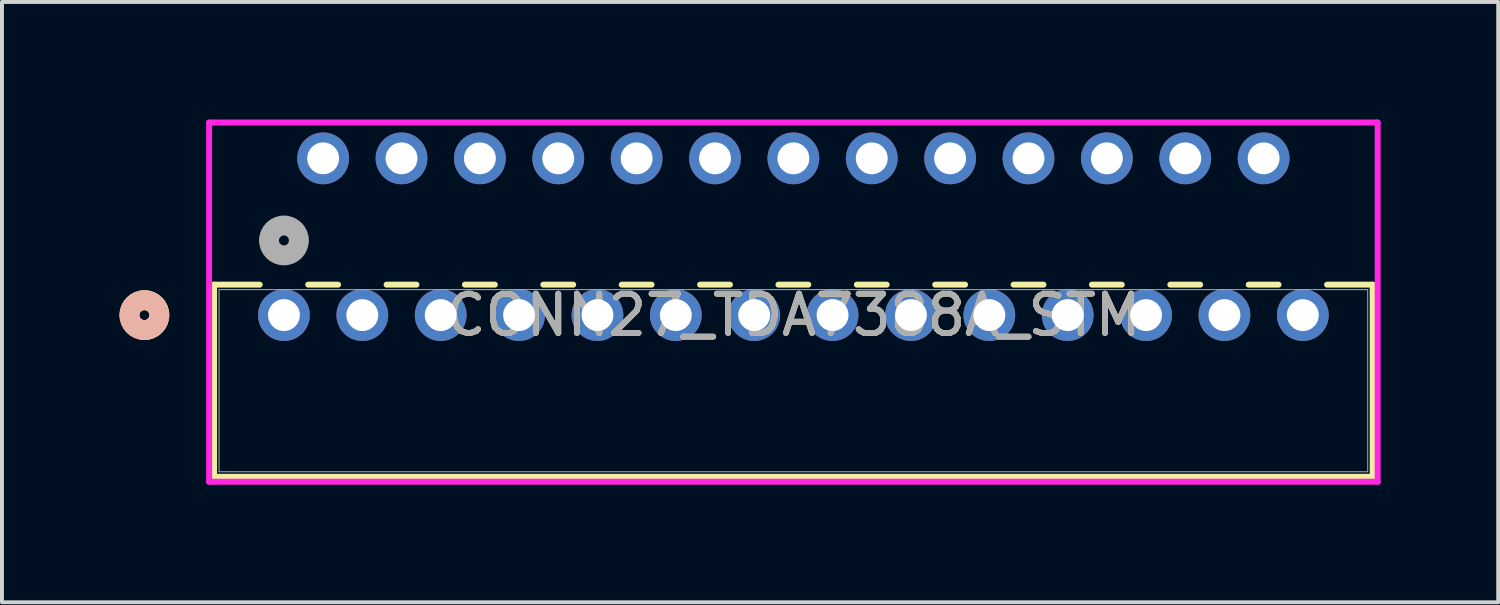
<source format=kicad_pcb>
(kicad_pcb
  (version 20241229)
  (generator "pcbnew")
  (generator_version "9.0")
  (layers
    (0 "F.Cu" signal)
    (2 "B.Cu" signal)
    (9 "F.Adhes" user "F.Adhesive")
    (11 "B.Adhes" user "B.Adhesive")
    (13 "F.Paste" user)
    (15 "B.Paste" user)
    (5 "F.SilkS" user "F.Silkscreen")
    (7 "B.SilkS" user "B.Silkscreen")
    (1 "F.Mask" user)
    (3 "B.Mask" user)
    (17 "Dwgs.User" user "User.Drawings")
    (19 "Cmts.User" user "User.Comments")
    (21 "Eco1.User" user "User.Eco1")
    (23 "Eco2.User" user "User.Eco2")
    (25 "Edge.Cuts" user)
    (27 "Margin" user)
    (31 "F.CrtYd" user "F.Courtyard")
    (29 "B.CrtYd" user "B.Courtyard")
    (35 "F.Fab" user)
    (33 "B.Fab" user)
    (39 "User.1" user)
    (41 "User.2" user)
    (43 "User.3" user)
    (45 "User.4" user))
  (footprint "CONN27_TDA7388A_STM"
    (layer "F.Cu")
    (at 4.196 4.991)
    (property "Reference" "CONN27_TDA7388A_STM" (at 13 0 0) (unlocked yes) (layer "F.SilkS") (effects (font (size 1 1) (thickness 0.15))))
    (attr through_hole)
    (fp_line (start -1.783 -0.777) (end -1.783 4.125) (stroke (width 0.152) (type solid)) (layer "F.SilkS"))
    (fp_line (start -1.783 4.125) (end 27.783 4.125) (stroke (width 0.152) (type solid)) (layer "F.SilkS"))
    (fp_line (start -0.619 -0.777) (end -1.783 -0.777) (stroke (width 0.152) (type solid)) (layer "F.SilkS"))
    (fp_line (start 1.381 -0.777) (end 0.619 -0.777) (stroke (width 0.152) (type solid)) (layer "F.SilkS"))
    (fp_line (start 3.381 -0.777) (end 2.619 -0.777) (stroke (width 0.152) (type solid)) (layer "F.SilkS"))
    (fp_line (start 5.381 -0.777) (end 4.619 -0.777) (stroke (width 0.152) (type solid)) (layer "F.SilkS"))
    (fp_line (start 7.381 -0.777) (end 6.619 -0.777) (stroke (width 0.152) (type solid)) (layer "F.SilkS"))
    (fp_line (start 9.381 -0.777) (end 8.619 -0.777) (stroke (width 0.152) (type solid)) (layer "F.SilkS"))
    (fp_line (start 11.381 -0.777) (end 10.619 -0.777) (stroke (width 0.152) (type solid)) (layer "F.SilkS"))
    (fp_line (start 13.381 -0.777) (end 12.619 -0.777) (stroke (width 0.152) (type solid)) (layer "F.SilkS"))
    (fp_line (start 15.381 -0.777) (end 14.619 -0.777) (stroke (width 0.152) (type solid)) (layer "F.SilkS"))
    (fp_line (start 17.381 -0.777) (end 16.619 -0.777) (stroke (width 0.152) (type solid)) (layer "F.SilkS"))
    (fp_line (start 19.381 -0.777) (end 18.619 -0.777) (stroke (width 0.152) (type solid)) (layer "F.SilkS"))
    (fp_line (start 21.381 -0.777) (end 20.619 -0.777) (stroke (width 0.152) (type solid)) (layer "F.SilkS"))
    (fp_line (start 23.381 -0.777) (end 22.619 -0.777) (stroke (width 0.152) (type solid)) (layer "F.SilkS"))
    (fp_line (start 25.381 -0.777) (end 24.619 -0.777) (stroke (width 0.152) (type solid)) (layer "F.SilkS"))
    (fp_line (start 27.783 -0.777) (end 26.619 -0.777) (stroke (width 0.152) (type solid)) (layer "F.SilkS"))
    (fp_line (start 27.783 4.125) (end 27.783 -0.777) (stroke (width 0.152) (type solid)) (layer "F.SilkS"))
    (fp_circle (center -3.561 0) (end -3.18 0) (stroke (width 0.508) (type solid)) (fill no) (layer "F.SilkS"))
    (fp_circle (center -3.561 0) (end -3.18 0) (stroke (width 0.508) (type solid)) (fill no) (layer "B.SilkS"))
    (fp_line (start -1.91 -4.914) (end -1.91 4.252) (stroke (width 0.152) (type solid)) (layer "F.CrtYd"))
    (fp_line (start -1.91 4.252) (end 27.91 4.252) (stroke (width 0.152) (type solid)) (layer "F.CrtYd"))
    (fp_line (start 27.91 -4.914) (end -1.91 -4.914) (stroke (width 0.152) (type solid)) (layer "F.CrtYd"))
    (fp_line (start 27.91 4.252) (end 27.91 -4.914) (stroke (width 0.152) (type solid)) (layer "F.CrtYd"))
    (fp_line (start -1.656 -0.65) (end -1.656 3.998) (stroke (width 0.025) (type solid)) (layer "F.Fab"))
    (fp_line (start -1.656 3.998) (end 27.656 3.998) (stroke (width 0.025) (type solid)) (layer "F.Fab"))
    (fp_line (start 27.656 -0.65) (end -1.656 -0.65) (stroke (width 0.025) (type solid)) (layer "F.Fab"))
    (fp_line (start 27.656 3.998) (end 27.656 -0.65) (stroke (width 0.025) (type solid)) (layer "F.Fab"))
    (fp_circle (center 0 -1.905) (end 0.381 -1.905) (stroke (width 0.508) (type solid)) (fill no) (layer "F.Fab"))
    (fp_text user "${REFERENCE}" (at 13 0 0) (unlocked yes) (layer "F.Fab") (effects (font (size 1 1) (thickness 0.15))))
    (pad "1" thru_hole circle (at 0 0) (size 1.321 1.321) (drill 0.813) (layers "*.Cu" "*.Mask"))
    (pad "2" thru_hole circle (at 1 -4) (size 1.321 1.321) (drill 0.813) (layers "*.Cu" "*.Mask"))
    (pad "3" thru_hole circle (at 2 0) (size 1.321 1.321) (drill 0.813) (layers "*.Cu" "*.Mask"))
    (pad "4" thru_hole circle (at 3 -4) (size 1.321 1.321) (drill 0.813) (layers "*.Cu" "*.Mask"))
    (pad "5" thru_hole circle (at 4 0) (size 1.321 1.321) (drill 0.813) (layers "*.Cu" "*.Mask"))
    (pad "6" thru_hole circle (at 5 -4) (size 1.321 1.321) (drill 0.813) (layers "*.Cu" "*.Mask"))
    (pad "7" thru_hole circle (at 6 0) (size 1.321 1.321) (drill 0.813) (layers "*.Cu" "*.Mask"))
    (pad "8" thru_hole circle (at 7 -4) (size 1.321 1.321) (drill 0.813) (layers "*.Cu" "*.Mask"))
    (pad "9" thru_hole circle (at 8 0) (size 1.321 1.321) (drill 0.813) (layers "*.Cu" "*.Mask"))
    (pad "10" thru_hole circle (at 9 -4) (size 1.321 1.321) (drill 0.813) (layers "*.Cu" "*.Mask"))
    (pad "11" thru_hole circle (at 10 0) (size 1.321 1.321) (drill 0.813) (layers "*.Cu" "*.Mask"))
    (pad "12" thru_hole circle (at 11 -4) (size 1.321 1.321) (drill 0.813) (layers "*.Cu" "*.Mask"))
    (pad "13" thru_hole circle (at 12 0) (size 1.321 1.321) (drill 0.813) (layers "*.Cu" "*.Mask"))
    (pad "14" thru_hole circle (at 13 -4) (size 1.321 1.321) (drill 0.813) (layers "*.Cu" "*.Mask"))
    (pad "15" thru_hole circle (at 14 0) (size 1.321 1.321) (drill 0.813) (layers "*.Cu" "*.Mask"))
    (pad "16" thru_hole circle (at 15 -4) (size 1.321 1.321) (drill 0.813) (layers "*.Cu" "*.Mask"))
    (pad "17" thru_hole circle (at 16 0) (size 1.321 1.321) (drill 0.813) (layers "*.Cu" "*.Mask"))
    (pad "18" thru_hole circle (at 17 -4) (size 1.321 1.321) (drill 0.813) (layers "*.Cu" "*.Mask"))
    (pad "19" thru_hole circle (at 18 0) (size 1.321 1.321) (drill 0.813) (layers "*.Cu" "*.Mask"))
    (pad "20" thru_hole circle (at 19 -4) (size 1.321 1.321) (drill 0.813) (layers "*.Cu" "*.Mask"))
    (pad "21" thru_hole circle (at 20 0) (size 1.321 1.321) (drill 0.813) (layers "*.Cu" "*.Mask"))
    (pad "22" thru_hole circle (at 21 -4) (size 1.321 1.321) (drill 0.813) (layers "*.Cu" "*.Mask"))
    (pad "23" thru_hole circle (at 22 0) (size 1.321 1.321) (drill 0.813) (layers "*.Cu" "*.Mask"))
    (pad "24" thru_hole circle (at 23 -4) (size 1.321 1.321) (drill 0.813) (layers "*.Cu" "*.Mask"))
    (pad "25" thru_hole circle (at 24 0) (size 1.321 1.321) (drill 0.813) (layers "*.Cu" "*.Mask"))
    (pad "26" thru_hole circle (at 25 -4) (size 1.321 1.321) (drill 0.813) (layers "*.Cu" "*.Mask"))
    (pad "27" thru_hole circle (at 26 0) (size 1.321 1.321) (drill 0.813) (layers "*.Cu" "*.Mask")))
  (gr_rect
    (start -3 -3)
    (end 35.182 12.319)
    (stroke (width 0.1) (type default))
    (fill no)
    (layer "Edge.Cuts")))
</source>
